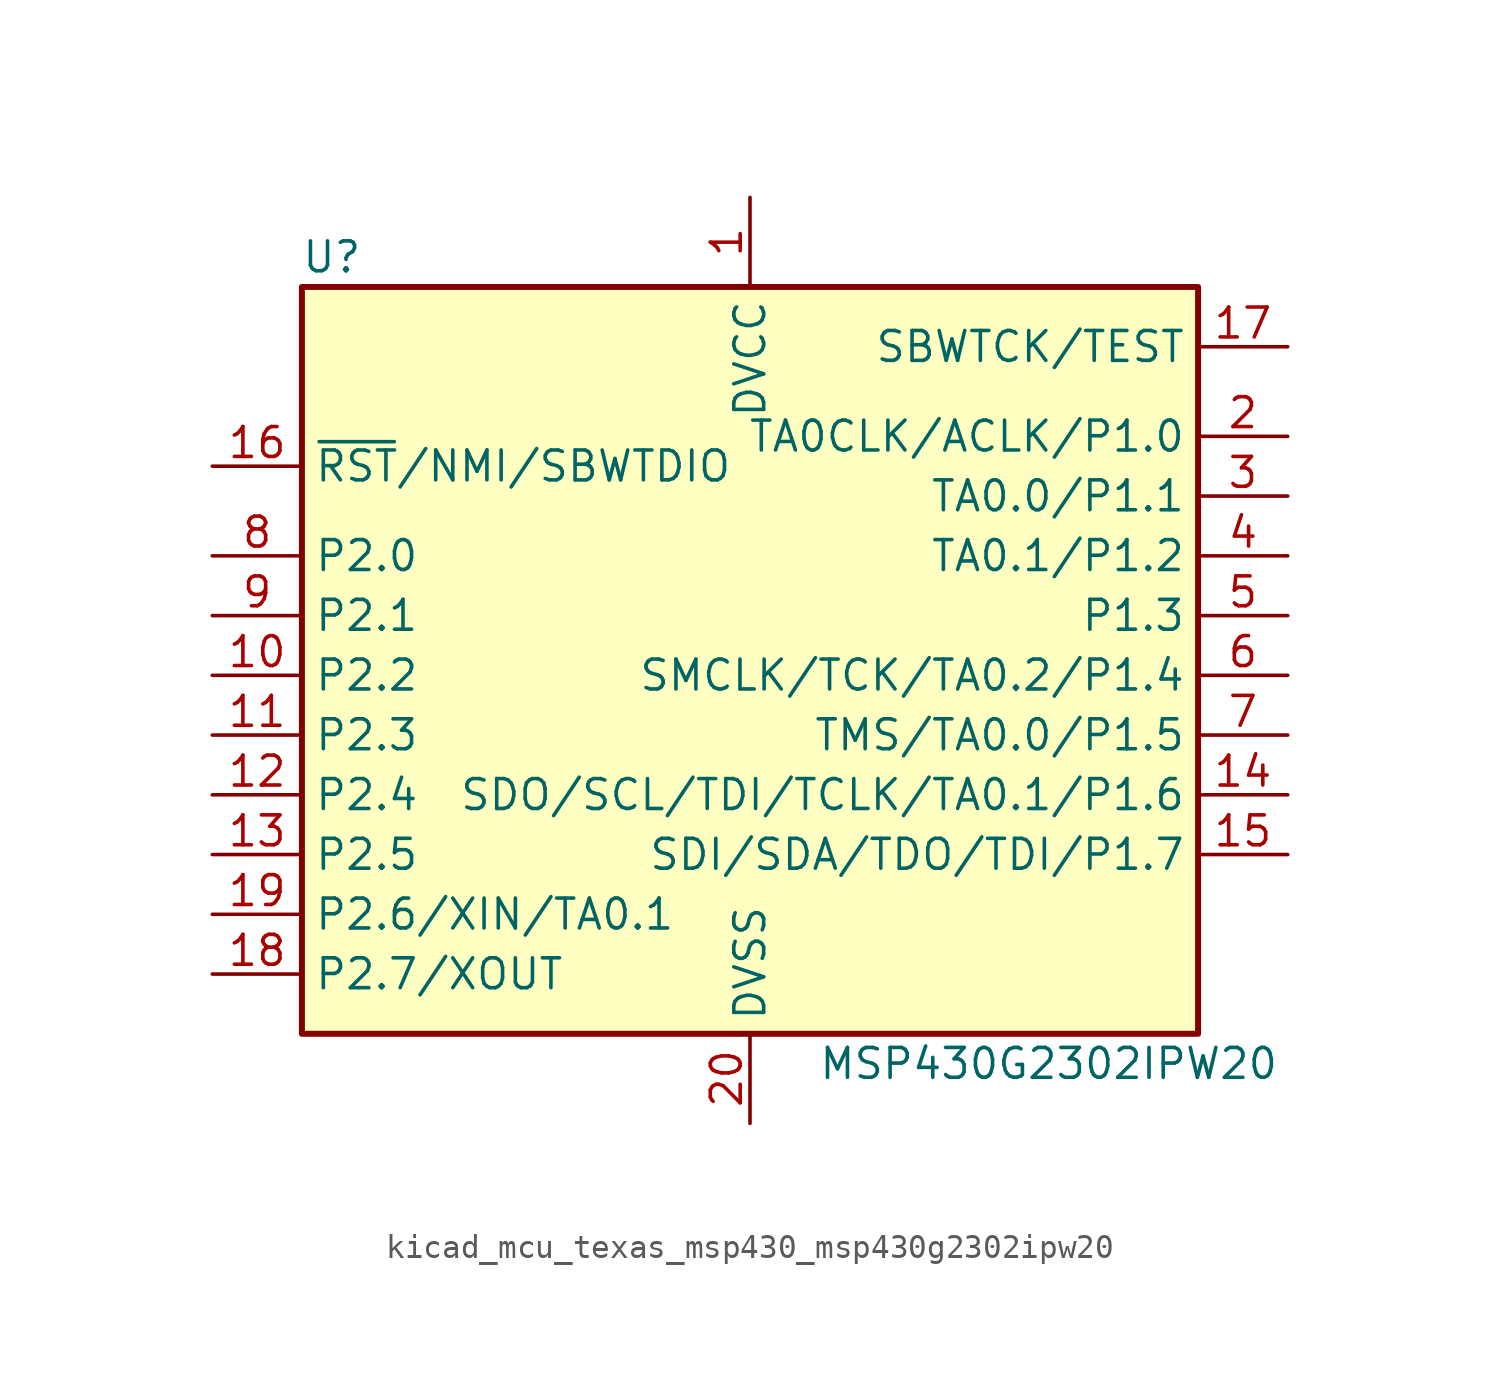
<source format=kicad_sym>
(kicad_symbol_lib
  (version 20220914)
  (generator kicad_symbol_editor)
  (symbol "kicad_mcu_texas_msp430_msp430g2302ipw20"
    (property "Reference" "U"
      (at -17.78 17.78 0)
      (effects (font (size 1.27 1.27))))
    (property "Value" "MSP430G2302IPW20"
      (at 12.7 -16.51 0)
      (effects (font (size 1.27 1.27))))
    (symbol "kicad_mcu_texas_msp430_msp430g2302ipw20_0_1"
      (rectangle (start -19.05 16.51) (end 19.05 -15.24) (stroke (width 0.254) (type default)) (fill (type background))))
    (symbol "kicad_mcu_texas_msp430_msp430g2302ipw20_1_1"
      (pin power_in line (at 0 20.32 270) (length 3.81) (name "DVCC" (effects (font (size 1.27 1.27)))) (number "1" (effects (font (size 1.27 1.27)))))
      (pin bidirectional line (at -22.86 0 0) (length 3.81) (name "P2.2" (effects (font (size 1.27 1.27)))) (number "10" (effects (font (size 1.27 1.27)))))
      (pin bidirectional line (at -22.86 -2.54 0) (length 3.81) (name "P2.3" (effects (font (size 1.27 1.27)))) (number "11" (effects (font (size 1.27 1.27)))))
      (pin bidirectional line (at -22.86 -5.08 0) (length 3.81) (name "P2.4" (effects (font (size 1.27 1.27)))) (number "12" (effects (font (size 1.27 1.27)))))
      (pin bidirectional line (at -22.86 -7.62 0) (length 3.81) (name "P2.5" (effects (font (size 1.27 1.27)))) (number "13" (effects (font (size 1.27 1.27)))))
      (pin bidirectional line (at 22.86 -5.08 180) (length 3.81) (name "SDO/SCL/TDI/TCLK/TA0.1/P1.6" (effects (font (size 1.27 1.27)))) (number "14" (effects (font (size 1.27 1.27)))))
      (pin bidirectional line (at 22.86 -7.62 180) (length 3.81) (name "SDI/SDA/TDO/TDI/P1.7" (effects (font (size 1.27 1.27)))) (number "15" (effects (font (size 1.27 1.27)))))
      (pin input line (at -22.86 8.89 0) (length 3.81) (name "~{RST}/NMI/SBWTDIO" (effects (font (size 1.27 1.27)))) (number "16" (effects (font (size 1.27 1.27)))))
      (pin input line (at 22.86 13.97 180) (length 3.81) (name "SBWTCK/TEST" (effects (font (size 1.27 1.27)))) (number "17" (effects (font (size 1.27 1.27)))))
      (pin bidirectional line (at -22.86 -12.7 0) (length 3.81) (name "P2.7/XOUT" (effects (font (size 1.27 1.27)))) (number "18" (effects (font (size 1.27 1.27)))))
      (pin bidirectional line (at -22.86 -10.16 0) (length 3.81) (name "P2.6/XIN/TA0.1" (effects (font (size 1.27 1.27)))) (number "19" (effects (font (size 1.27 1.27)))))
      (pin bidirectional line (at 22.86 10.16 180) (length 3.81) (name "TA0CLK/ACLK/P1.0" (effects (font (size 1.27 1.27)))) (number "2" (effects (font (size 1.27 1.27)))))
      (pin power_in line (at 0 -19.05 90) (length 3.81) (name "DVSS" (effects (font (size 1.27 1.27)))) (number "20" (effects (font (size 1.27 1.27)))))
      (pin bidirectional line (at 22.86 7.62 180) (length 3.81) (name "TA0.0/P1.1" (effects (font (size 1.27 1.27)))) (number "3" (effects (font (size 1.27 1.27)))))
      (pin bidirectional line (at 22.86 5.08 180) (length 3.81) (name "TA0.1/P1.2" (effects (font (size 1.27 1.27)))) (number "4" (effects (font (size 1.27 1.27)))))
      (pin bidirectional line (at 22.86 2.54 180) (length 3.81) (name "P1.3" (effects (font (size 1.27 1.27)))) (number "5" (effects (font (size 1.27 1.27)))))
      (pin bidirectional line (at 22.86 0 180) (length 3.81) (name "SMCLK/TCK/TA0.2/P1.4" (effects (font (size 1.27 1.27)))) (number "6" (effects (font (size 1.27 1.27)))))
      (pin bidirectional line (at 22.86 -2.54 180) (length 3.81) (name "TMS/TA0.0/P1.5" (effects (font (size 1.27 1.27)))) (number "7" (effects (font (size 1.27 1.27)))))
      (pin bidirectional line (at -22.86 5.08 0) (length 3.81) (name "P2.0" (effects (font (size 1.27 1.27)))) (number "8" (effects (font (size 1.27 1.27)))))
      (pin bidirectional line (at -22.86 2.54 0) (length 3.81) (name "P2.1" (effects (font (size 1.27 1.27)))) (number "9" (effects (font (size 1.27 1.27))))))))
</source>
